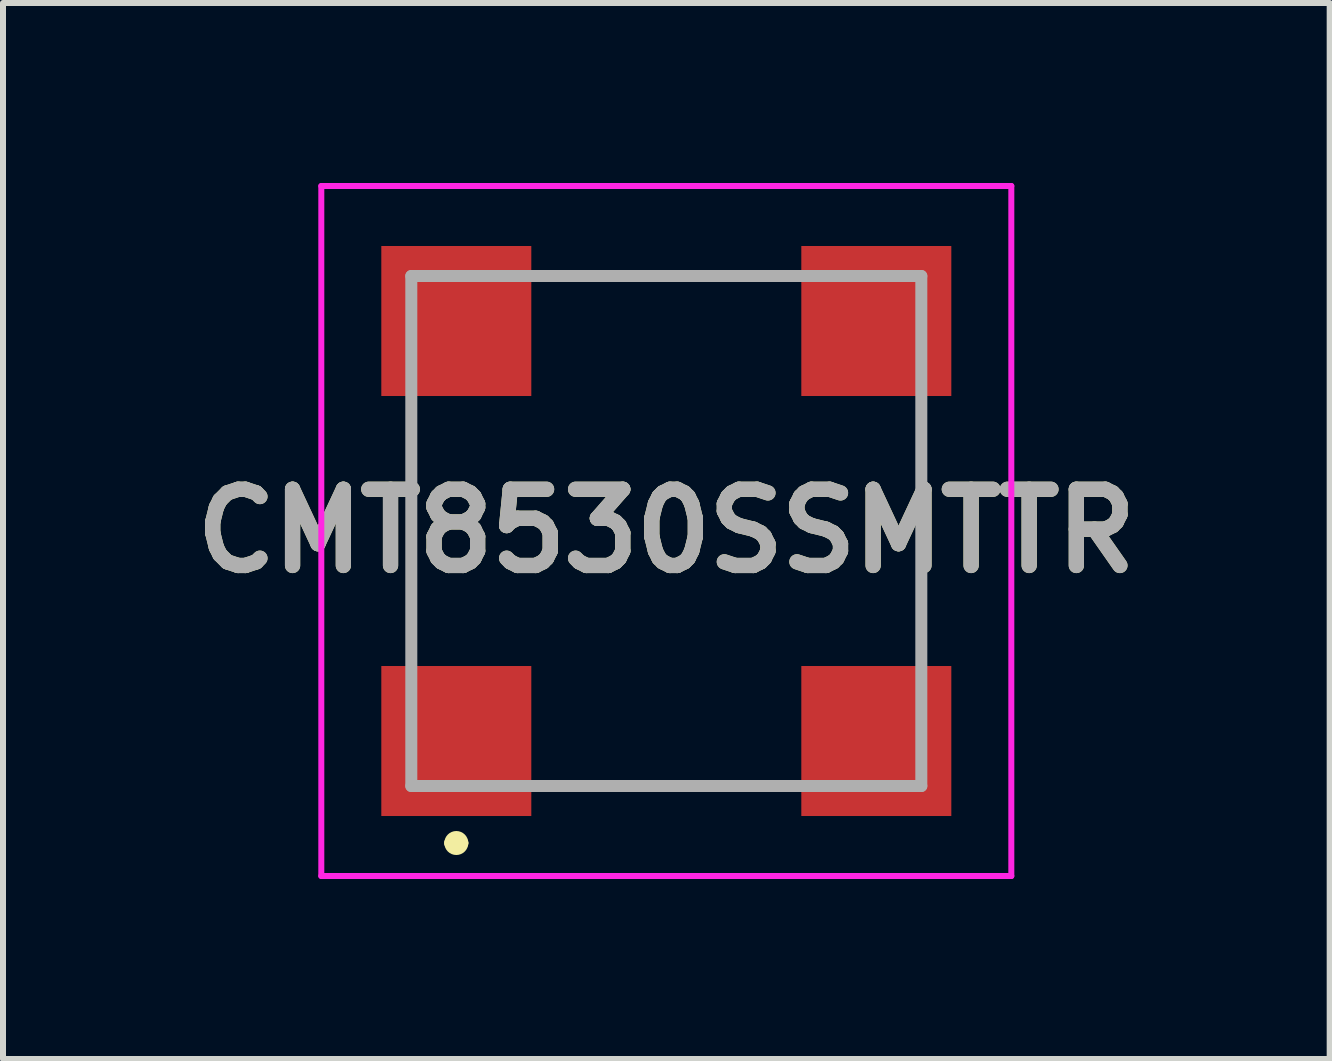
<source format=kicad_pcb>
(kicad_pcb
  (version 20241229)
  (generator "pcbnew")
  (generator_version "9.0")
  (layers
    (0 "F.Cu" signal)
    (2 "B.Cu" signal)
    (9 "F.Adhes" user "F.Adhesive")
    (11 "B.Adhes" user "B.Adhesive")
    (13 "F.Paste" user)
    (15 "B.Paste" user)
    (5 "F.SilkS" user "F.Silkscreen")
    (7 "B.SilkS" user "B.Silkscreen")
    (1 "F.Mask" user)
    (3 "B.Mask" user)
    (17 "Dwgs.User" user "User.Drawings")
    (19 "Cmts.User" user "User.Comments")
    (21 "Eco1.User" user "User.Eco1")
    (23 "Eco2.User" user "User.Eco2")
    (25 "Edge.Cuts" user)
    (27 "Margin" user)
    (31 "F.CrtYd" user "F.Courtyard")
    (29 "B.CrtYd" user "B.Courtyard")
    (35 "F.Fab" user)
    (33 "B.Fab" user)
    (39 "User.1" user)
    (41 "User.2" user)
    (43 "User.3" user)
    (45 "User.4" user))
  (footprint "CMT8530SSMTTR"
    (layer "F.Cu")
    (at 8.055 5.8)
    (property "Reference" "CMT8530SSMTTR" (at 0 0 0) (layer "F.SilkS") (effects (font (size 1.27 1.27) (thickness 0.254))))
    (attr smd)
    (fp_line (start -4.25 -2) (end -4.25 2) (stroke (width 0.1) (type solid)) (layer "F.SilkS"))
    (fp_line (start -3.6 5.2) (end -3.6 5.2) (stroke (width 0.2) (type solid)) (layer "F.SilkS"))
    (fp_line (start -3.4 5.2) (end -3.4 5.2) (stroke (width 0.2) (type solid)) (layer "F.SilkS"))
    (fp_line (start -2 -4.25) (end 2 -4.25) (stroke (width 0.1) (type solid)) (layer "F.SilkS"))
    (fp_line (start -2 4.25) (end 2 4.25) (stroke (width 0.1) (type solid)) (layer "F.SilkS"))
    (fp_line (start 4.25 -2) (end 4.25 2) (stroke (width 0.1) (type solid)) (layer "F.SilkS"))
    (fp_arc (start -3.6 5.2) (mid -3.5 5.1) (end -3.4 5.2) (stroke (width 0.2) (type solid)) (layer "F.SilkS"))
    (fp_arc (start -3.4 5.2) (mid -3.5 5.3) (end -3.6 5.2) (stroke (width 0.2) (type solid)) (layer "F.SilkS"))
    (fp_line (start -5.75 -5.75) (end 5.75 -5.75) (stroke (width 0.1) (type solid)) (layer "F.CrtYd"))
    (fp_line (start -5.75 5.75) (end -5.75 -5.75) (stroke (width 0.1) (type solid)) (layer "F.CrtYd"))
    (fp_line (start 5.75 -5.75) (end 5.75 5.75) (stroke (width 0.1) (type solid)) (layer "F.CrtYd"))
    (fp_line (start 5.75 5.75) (end -5.75 5.75) (stroke (width 0.1) (type solid)) (layer "F.CrtYd"))
    (fp_line (start -4.25 -4.25) (end 4.25 -4.25) (stroke (width 0.2) (type solid)) (layer "F.Fab"))
    (fp_line (start -4.25 4.25) (end -4.25 -4.25) (stroke (width 0.2) (type solid)) (layer "F.Fab"))
    (fp_line (start 4.25 -4.25) (end 4.25 4.25) (stroke (width 0.2) (type solid)) (layer "F.Fab"))
    (fp_line (start 4.25 4.25) (end -4.25 4.25) (stroke (width 0.2) (type solid)) (layer "F.Fab"))
    (fp_text user "${REFERENCE}" (at 0 0 0) (layer "F.Fab") (effects (font (size 1.27 1.27) (thickness 0.254))))
    (pad "1" smd rect (at -3.5 3.5 90) (size 2.5 2.5) (layers "F.Cu" "F.Mask" "F.Paste"))
    (pad "2" smd rect (at 3.5 3.5 90) (size 2.5 2.5) (layers "F.Cu" "F.Mask" "F.Paste"))
    (pad "3" smd rect (at 3.5 -3.5 90) (size 2.5 2.5) (layers "F.Cu" "F.Mask" "F.Paste"))
    (pad "4" smd rect (at -3.5 -3.5 90) (size 2.5 2.5) (layers "F.Cu" "F.Mask" "F.Paste")))
  (gr_rect
    (start -3 -3)
    (end 19.111 14.6)
    (stroke (width 0.1) (type default))
    (fill no)
    (layer "Edge.Cuts")))
</source>
